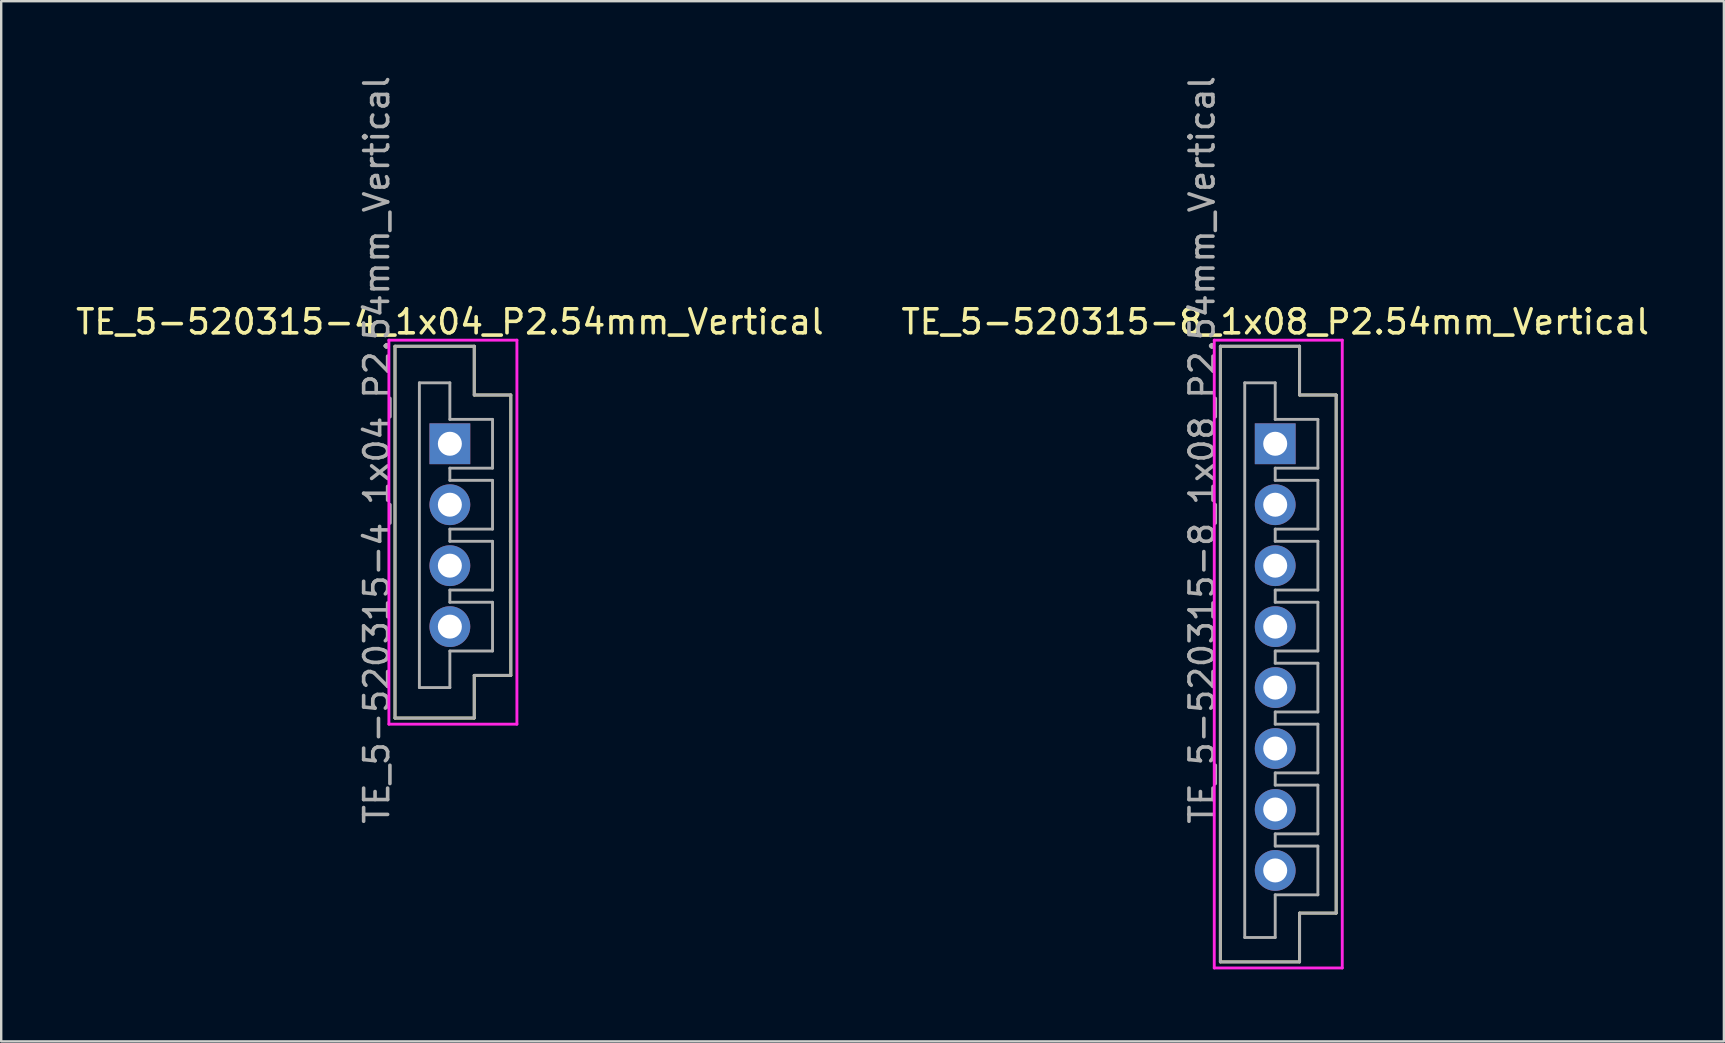
<source format=kicad_pcb>
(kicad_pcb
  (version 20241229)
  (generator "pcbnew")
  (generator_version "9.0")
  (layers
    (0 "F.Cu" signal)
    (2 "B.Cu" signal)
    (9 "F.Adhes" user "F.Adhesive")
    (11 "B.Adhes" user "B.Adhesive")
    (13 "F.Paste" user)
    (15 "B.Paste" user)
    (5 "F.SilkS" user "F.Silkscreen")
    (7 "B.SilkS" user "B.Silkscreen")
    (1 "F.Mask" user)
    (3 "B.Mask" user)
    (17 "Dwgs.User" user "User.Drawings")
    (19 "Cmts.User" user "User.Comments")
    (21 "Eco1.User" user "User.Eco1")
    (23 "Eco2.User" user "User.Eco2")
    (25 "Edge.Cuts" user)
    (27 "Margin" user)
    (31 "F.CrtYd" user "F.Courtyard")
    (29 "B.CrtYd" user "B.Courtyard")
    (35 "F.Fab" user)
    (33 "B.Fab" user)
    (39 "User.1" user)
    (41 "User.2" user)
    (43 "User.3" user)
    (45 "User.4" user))
  (footprint "TE_5-520315-8_1x08_P2.54mm_Vertical"
    (layer "F.Cu")
    (at 50.089 15.442)
    (property "Reference" "TE_5-520315-8_1x08_P2.54mm_Vertical" (at 0 -5.08 0) (layer "F.SilkS") (effects (font (size 1 1) (thickness 0.15))))
    (attr through_hole)
    (fp_line (start -2.286 -4.064) (end 1.016 -4.064) (stroke (width 0.12) (type solid)) (layer "F.SilkS"))
    (fp_line (start -2.286 21.59) (end -2.286 -4.064) (stroke (width 0.12) (type solid)) (layer "F.SilkS"))
    (fp_line (start 1.016 -4.064) (end 1.016 -2.032) (stroke (width 0.12) (type solid)) (layer "F.SilkS"))
    (fp_line (start 1.016 -2.032) (end 2.54 -2.032) (stroke (width 0.12) (type solid)) (layer "F.SilkS"))
    (fp_line (start 1.016 19.558) (end 1.016 21.59) (stroke (width 0.12) (type solid)) (layer "F.SilkS"))
    (fp_line (start 1.016 21.59) (end -2.286 21.59) (stroke (width 0.12) (type solid)) (layer "F.SilkS"))
    (fp_line (start 2.54 -2.032) (end 2.54 19.558) (stroke (width 0.12) (type solid)) (layer "F.SilkS"))
    (fp_line (start 2.54 19.558) (end 1.016 19.558) (stroke (width 0.12) (type solid)) (layer "F.SilkS"))
    (fp_line (start -2.54 -4.318) (end 2.794 -4.318) (stroke (width 0.12) (type solid)) (layer "F.CrtYd"))
    (fp_line (start -2.54 21.844) (end -2.54 -4.318) (stroke (width 0.12) (type solid)) (layer "F.CrtYd"))
    (fp_line (start 2.794 -4.318) (end 2.794 21.844) (stroke (width 0.12) (type solid)) (layer "F.CrtYd"))
    (fp_line (start 2.794 21.844) (end -2.54 21.844) (stroke (width 0.12) (type solid)) (layer "F.CrtYd"))
    (fp_line (start -2.286 -4.064) (end 1.016 -4.064) (stroke (width 0.12) (type solid)) (layer "F.Fab"))
    (fp_line (start -2.286 21.59) (end -2.286 -4.064) (stroke (width 0.12) (type solid)) (layer "F.Fab"))
    (fp_line (start -1.27 -2.54) (end 0 -2.54) (stroke (width 0.12) (type solid)) (layer "F.Fab"))
    (fp_line (start -1.27 20.574) (end -1.27 -2.54) (stroke (width 0.12) (type solid)) (layer "F.Fab"))
    (fp_line (start 0 -1.016) (end 0 -2.54) (stroke (width 0.12) (type solid)) (layer "F.Fab"))
    (fp_line (start 0 -1.016) (end 1.778 -1.016) (stroke (width 0.12) (type solid)) (layer "F.Fab"))
    (fp_line (start 0 1.016) (end 0 1.524) (stroke (width 0.12) (type solid)) (layer "F.Fab"))
    (fp_line (start 0 1.524) (end 1.778 1.524) (stroke (width 0.12) (type solid)) (layer "F.Fab"))
    (fp_line (start 0 3.556) (end 0 4.064) (stroke (width 0.12) (type solid)) (layer "F.Fab"))
    (fp_line (start 0 4.064) (end 1.778 4.064) (stroke (width 0.12) (type solid)) (layer "F.Fab"))
    (fp_line (start 0 6.096) (end 0 6.604) (stroke (width 0.12) (type solid)) (layer "F.Fab"))
    (fp_line (start 0 6.604) (end 1.778 6.604) (stroke (width 0.12) (type solid)) (layer "F.Fab"))
    (fp_line (start 0 8.636) (end 0 9.144) (stroke (width 0.12) (type solid)) (layer "F.Fab"))
    (fp_line (start 0 9.144) (end 1.778 9.144) (stroke (width 0.12) (type solid)) (layer "F.Fab"))
    (fp_line (start 0 11.176) (end 0 11.684) (stroke (width 0.12) (type solid)) (layer "F.Fab"))
    (fp_line (start 0 11.684) (end 1.778 11.684) (stroke (width 0.12) (type solid)) (layer "F.Fab"))
    (fp_line (start 0 13.716) (end 0 14.224) (stroke (width 0.12) (type solid)) (layer "F.Fab"))
    (fp_line (start 0 14.224) (end 1.778 14.224) (stroke (width 0.12) (type solid)) (layer "F.Fab"))
    (fp_line (start 0 16.256) (end 0 16.764) (stroke (width 0.12) (type solid)) (layer "F.Fab"))
    (fp_line (start 0 16.764) (end 1.778 16.764) (stroke (width 0.12) (type solid)) (layer "F.Fab"))
    (fp_line (start 0 20.574) (end -1.27 20.574) (stroke (width 0.12) (type solid)) (layer "F.Fab"))
    (fp_line (start 0 20.574) (end 0 18.796) (stroke (width 0.12) (type solid)) (layer "F.Fab"))
    (fp_line (start 1.016 -4.064) (end 1.016 -2.032) (stroke (width 0.12) (type solid)) (layer "F.Fab"))
    (fp_line (start 1.016 -2.032) (end 2.54 -2.032) (stroke (width 0.12) (type solid)) (layer "F.Fab"))
    (fp_line (start 1.016 19.558) (end 1.016 21.59) (stroke (width 0.12) (type solid)) (layer "F.Fab"))
    (fp_line (start 1.016 21.59) (end -2.286 21.59) (stroke (width 0.12) (type solid)) (layer "F.Fab"))
    (fp_line (start 1.778 -1.016) (end 1.778 1.016) (stroke (width 0.12) (type solid)) (layer "F.Fab"))
    (fp_line (start 1.778 1.016) (end 0 1.016) (stroke (width 0.12) (type solid)) (layer "F.Fab"))
    (fp_line (start 1.778 1.524) (end 1.778 3.556) (stroke (width 0.12) (type solid)) (layer "F.Fab"))
    (fp_line (start 1.778 3.556) (end 0 3.556) (stroke (width 0.12) (type solid)) (layer "F.Fab"))
    (fp_line (start 1.778 4.064) (end 1.778 6.096) (stroke (width 0.12) (type solid)) (layer "F.Fab"))
    (fp_line (start 1.778 6.096) (end 0 6.096) (stroke (width 0.12) (type solid)) (layer "F.Fab"))
    (fp_line (start 1.778 6.604) (end 1.778 8.636) (stroke (width 0.12) (type solid)) (layer "F.Fab"))
    (fp_line (start 1.778 8.636) (end 0 8.636) (stroke (width 0.12) (type solid)) (layer "F.Fab"))
    (fp_line (start 1.778 9.144) (end 1.778 11.176) (stroke (width 0.12) (type solid)) (layer "F.Fab"))
    (fp_line (start 1.778 11.176) (end 0 11.176) (stroke (width 0.12) (type solid)) (layer "F.Fab"))
    (fp_line (start 1.778 11.684) (end 1.778 13.716) (stroke (width 0.12) (type solid)) (layer "F.Fab"))
    (fp_line (start 1.778 13.716) (end 0 13.716) (stroke (width 0.12) (type solid)) (layer "F.Fab"))
    (fp_line (start 1.778 14.224) (end 1.778 16.256) (stroke (width 0.12) (type solid)) (layer "F.Fab"))
    (fp_line (start 1.778 16.256) (end 0 16.256) (stroke (width 0.12) (type solid)) (layer "F.Fab"))
    (fp_line (start 1.778 16.764) (end 1.778 18.796) (stroke (width 0.12) (type solid)) (layer "F.Fab"))
    (fp_line (start 1.778 18.796) (end 0 18.796) (stroke (width 0.12) (type solid)) (layer "F.Fab"))
    (fp_line (start 2.54 19.558) (end 1.016 19.558) (stroke (width 0.12) (type solid)) (layer "F.Fab"))
    (fp_line (start 2.54 19.558) (end 2.54 -2.032) (stroke (width 0.12) (type solid)) (layer "F.Fab"))
    (fp_text user "${REFERENCE}" (at -3.048 0.254 90) (layer "F.Fab") (effects (font (size 1 1) (thickness 0.15))))
    (pad "1" thru_hole rect (at 0 0) (size 1.7 1.7) (drill 1) (layers "*.Cu" "*.Mask"))
    (pad "2" thru_hole oval (at 0 2.54) (size 1.7 1.7) (drill 1) (layers "*.Cu" "*.Mask"))
    (pad "3" thru_hole oval (at 0 5.08) (size 1.7 1.7) (drill 1) (layers "*.Cu" "*.Mask"))
    (pad "4" thru_hole oval (at 0 7.62) (size 1.7 1.7) (drill 1) (layers "*.Cu" "*.Mask"))
    (pad "5" thru_hole oval (at 0 10.16 90) (size 1.7 1.7) (drill 1) (layers "*.Cu" "*.Mask"))
    (pad "6" thru_hole oval (at 0 12.7) (size 1.7 1.7) (drill 1) (layers "*.Cu" "*.Mask"))
    (pad "7" thru_hole oval (at 0 15.24) (size 1.7 1.7) (drill 1) (layers "*.Cu" "*.Mask"))
    (pad "8" thru_hole oval (at 0 17.78) (size 1.7 1.7) (drill 1) (layers "*.Cu" "*.Mask")))
  (footprint "TE_5-520315-4_1x04_P2.54mm_Vertical"
    (layer "F.Cu")
    (at 15.696 15.442)
    (property "Reference" "TE_5-520315-4_1x04_P2.54mm_Vertical" (at 0 -5.08 0) (layer "F.SilkS") (effects (font (size 1 1) (thickness 0.15))))
    (attr through_hole)
    (fp_line (start -2.286 -4.064) (end 1.016 -4.064) (stroke (width 0.12) (type solid)) (layer "F.SilkS"))
    (fp_line (start -2.286 11.43) (end -2.286 -4.064) (stroke (width 0.12) (type solid)) (layer "F.SilkS"))
    (fp_line (start 1.016 -4.064) (end 1.016 -2.032) (stroke (width 0.12) (type solid)) (layer "F.SilkS"))
    (fp_line (start 1.016 -2.032) (end 2.54 -2.032) (stroke (width 0.12) (type solid)) (layer "F.SilkS"))
    (fp_line (start 1.016 9.652) (end 1.016 11.43) (stroke (width 0.12) (type solid)) (layer "F.SilkS"))
    (fp_line (start 1.016 11.43) (end -2.286 11.43) (stroke (width 0.12) (type solid)) (layer "F.SilkS"))
    (fp_line (start 2.54 -2.032) (end 2.54 9.652) (stroke (width 0.12) (type solid)) (layer "F.SilkS"))
    (fp_line (start 2.54 9.652) (end 1.016 9.652) (stroke (width 0.12) (type solid)) (layer "F.SilkS"))
    (fp_line (start -2.54 -4.318) (end 2.794 -4.318) (stroke (width 0.12) (type solid)) (layer "F.CrtYd"))
    (fp_line (start -2.54 11.684) (end -2.54 -4.318) (stroke (width 0.12) (type solid)) (layer "F.CrtYd"))
    (fp_line (start 2.794 -4.318) (end 2.794 11.684) (stroke (width 0.12) (type solid)) (layer "F.CrtYd"))
    (fp_line (start 2.794 11.684) (end -2.54 11.684) (stroke (width 0.12) (type solid)) (layer "F.CrtYd"))
    (fp_line (start -2.286 -4.064) (end 1.016 -4.064) (stroke (width 0.12) (type solid)) (layer "F.Fab"))
    (fp_line (start -2.286 11.43) (end -2.286 -4.064) (stroke (width 0.12) (type solid)) (layer "F.Fab"))
    (fp_line (start -1.27 -2.54) (end 0 -2.54) (stroke (width 0.12) (type solid)) (layer "F.Fab"))
    (fp_line (start -1.27 10.16) (end -1.27 -2.54) (stroke (width 0.12) (type solid)) (layer "F.Fab"))
    (fp_line (start 0 -1.016) (end 0 -2.54) (stroke (width 0.12) (type solid)) (layer "F.Fab"))
    (fp_line (start 0 -1.016) (end 1.778 -1.016) (stroke (width 0.12) (type solid)) (layer "F.Fab"))
    (fp_line (start 0 1.016) (end 0 1.524) (stroke (width 0.12) (type solid)) (layer "F.Fab"))
    (fp_line (start 0 1.524) (end 1.778 1.524) (stroke (width 0.12) (type solid)) (layer "F.Fab"))
    (fp_line (start 0 3.556) (end 0 4.064) (stroke (width 0.12) (type solid)) (layer "F.Fab"))
    (fp_line (start 0 4.064) (end 1.778 4.064) (stroke (width 0.12) (type solid)) (layer "F.Fab"))
    (fp_line (start 0 6.096) (end 0 6.604) (stroke (width 0.12) (type solid)) (layer "F.Fab"))
    (fp_line (start 0 6.604) (end 1.778 6.604) (stroke (width 0.12) (type solid)) (layer "F.Fab"))
    (fp_line (start 0 10.16) (end -1.27 10.16) (stroke (width 0.12) (type solid)) (layer "F.Fab"))
    (fp_line (start 0 10.16) (end 0 8.636) (stroke (width 0.12) (type solid)) (layer "F.Fab"))
    (fp_line (start 1.016 -4.064) (end 1.016 -2.032) (stroke (width 0.12) (type solid)) (layer "F.Fab"))
    (fp_line (start 1.016 -2.032) (end 2.54 -2.032) (stroke (width 0.12) (type solid)) (layer "F.Fab"))
    (fp_line (start 1.016 9.652) (end 1.016 11.43) (stroke (width 0.12) (type solid)) (layer "F.Fab"))
    (fp_line (start 1.016 11.43) (end -2.286 11.43) (stroke (width 0.12) (type solid)) (layer "F.Fab"))
    (fp_line (start 1.778 -1.016) (end 1.778 1.016) (stroke (width 0.12) (type solid)) (layer "F.Fab"))
    (fp_line (start 1.778 1.016) (end 0 1.016) (stroke (width 0.12) (type solid)) (layer "F.Fab"))
    (fp_line (start 1.778 1.524) (end 1.778 3.556) (stroke (width 0.12) (type solid)) (layer "F.Fab"))
    (fp_line (start 1.778 3.556) (end 0 3.556) (stroke (width 0.12) (type solid)) (layer "F.Fab"))
    (fp_line (start 1.778 4.064) (end 1.778 6.096) (stroke (width 0.12) (type solid)) (layer "F.Fab"))
    (fp_line (start 1.778 6.096) (end 0 6.096) (stroke (width 0.12) (type solid)) (layer "F.Fab"))
    (fp_line (start 1.778 6.604) (end 1.778 8.636) (stroke (width 0.12) (type solid)) (layer "F.Fab"))
    (fp_line (start 1.778 8.636) (end 0 8.636) (stroke (width 0.12) (type solid)) (layer "F.Fab"))
    (fp_line (start 2.54 -2.032) (end 2.54 9.652) (stroke (width 0.12) (type solid)) (layer "F.Fab"))
    (fp_line (start 2.54 9.652) (end 1.016 9.652) (stroke (width 0.12) (type solid)) (layer "F.Fab"))
    (fp_text user "${REFERENCE}" (at -3.048 0.254 90) (layer "F.Fab") (effects (font (size 1 1) (thickness 0.15))))
    (pad "1" thru_hole rect (at 0 0) (size 1.7 1.7) (drill 1) (layers "*.Cu" "*.Mask"))
    (pad "2" thru_hole oval (at 0 2.54) (size 1.7 1.7) (drill 1) (layers "*.Cu" "*.Mask"))
    (pad "3" thru_hole oval (at 0 5.08) (size 1.7 1.7) (drill 1) (layers "*.Cu" "*.Mask"))
    (pad "4" thru_hole oval (at 0 7.62) (size 1.7 1.7) (drill 1) (layers "*.Cu" "*.Mask")))
  (gr_rect
    (start -3 -3)
    (end 68.786 40.346)
    (stroke (width 0.1) (type default))
    (fill no)
    (layer "Edge.Cuts")))
</source>
